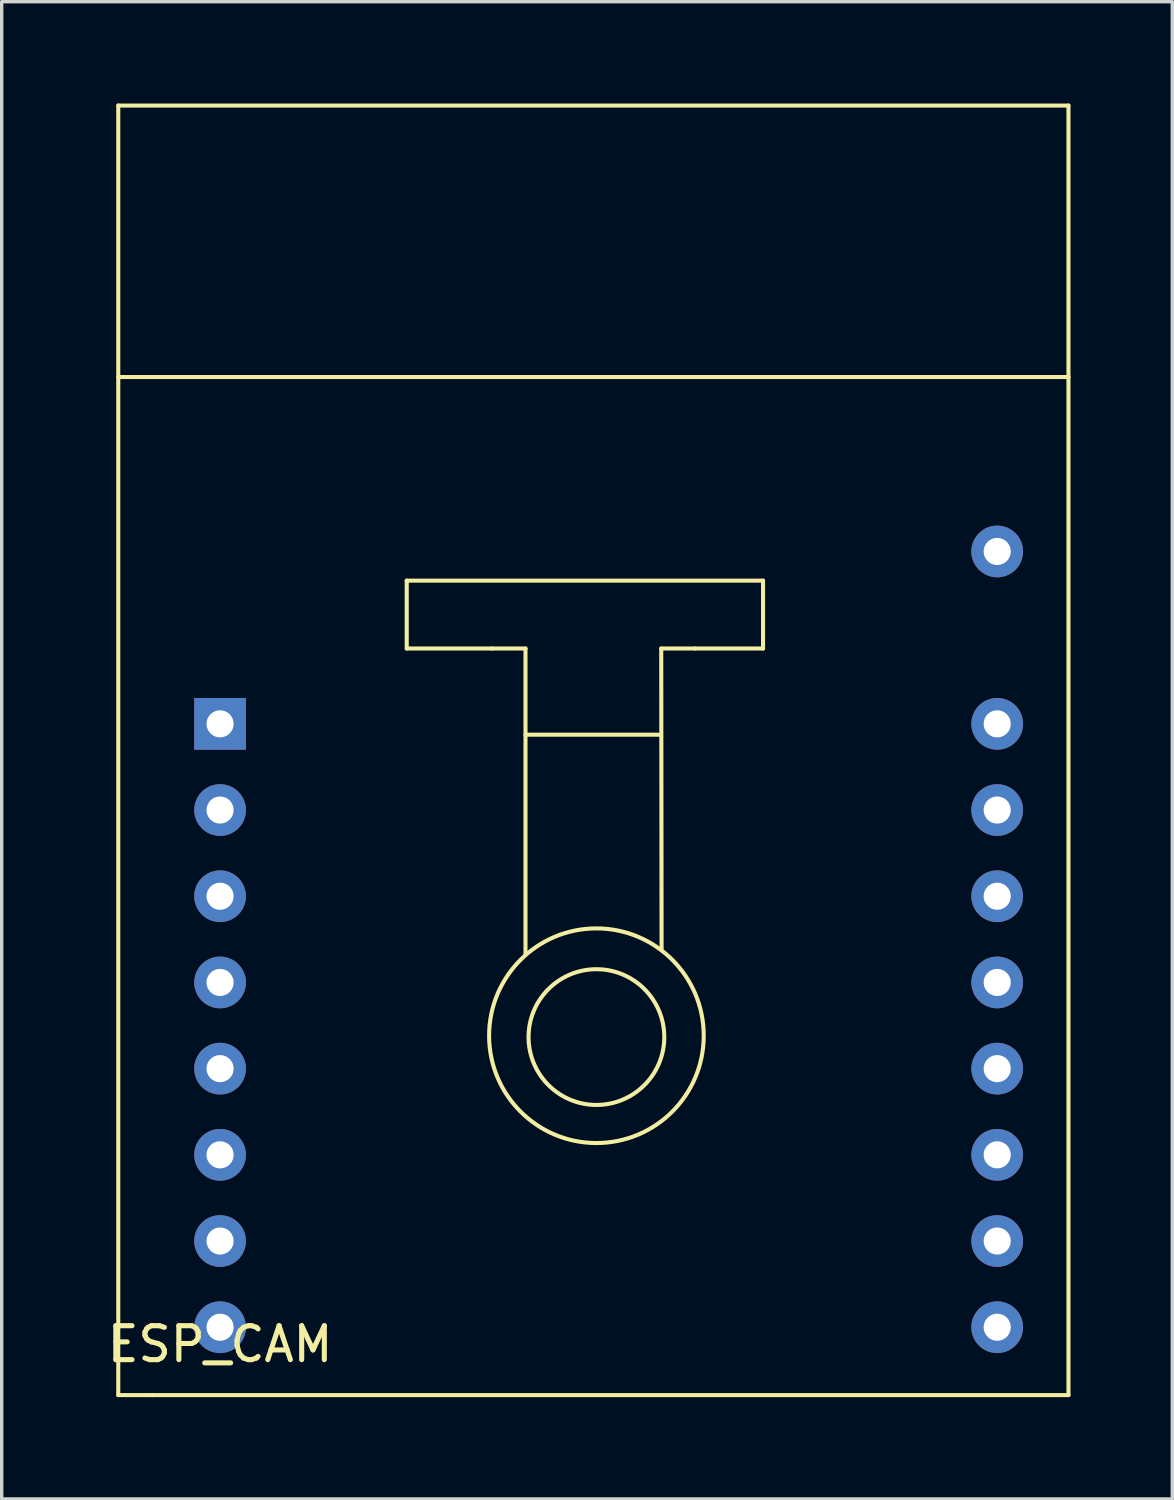
<source format=kicad_pcb>
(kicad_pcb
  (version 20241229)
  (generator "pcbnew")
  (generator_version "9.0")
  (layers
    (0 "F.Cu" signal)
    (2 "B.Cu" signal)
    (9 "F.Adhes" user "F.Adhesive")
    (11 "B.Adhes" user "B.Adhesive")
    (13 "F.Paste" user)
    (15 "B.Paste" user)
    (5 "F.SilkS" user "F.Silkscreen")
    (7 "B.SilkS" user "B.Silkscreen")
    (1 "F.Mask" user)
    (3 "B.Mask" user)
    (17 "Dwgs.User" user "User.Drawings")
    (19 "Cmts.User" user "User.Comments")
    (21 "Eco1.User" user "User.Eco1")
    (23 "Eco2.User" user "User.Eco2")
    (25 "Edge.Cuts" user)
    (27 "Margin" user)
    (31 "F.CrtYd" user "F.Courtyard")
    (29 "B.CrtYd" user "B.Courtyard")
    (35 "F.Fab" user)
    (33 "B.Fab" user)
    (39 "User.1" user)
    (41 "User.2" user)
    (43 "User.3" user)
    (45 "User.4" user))
  (footprint "ESP_CAM"
    (layer "F.Cu")
    (at 3.435 36.06)
    (property "Reference" "ESP_CAM" (at 0 0.5 0) (layer "F.SilkS") (effects (font (size 1 1) (thickness 0.15))))
    (attr through_hole)
    (fp_line (start -3 -36) (end -3 2) (stroke (width 0.12) (type solid)) (layer "F.SilkS"))
    (fp_line (start -3 -28) (end 25 -28) (stroke (width 0.12) (type solid)) (layer "F.SilkS"))
    (fp_line (start -3 2) (end -2 2) (stroke (width 0.12) (type solid)) (layer "F.SilkS"))
    (fp_line (start -2 2) (end 25 2) (stroke (width 0.12) (type solid)) (layer "F.SilkS"))
    (fp_line (start 5.5 -22) (end 5.5 -20) (stroke (width 0.12) (type solid)) (layer "F.SilkS"))
    (fp_line (start 5.5 -22) (end 16 -22) (stroke (width 0.12) (type solid)) (layer "F.SilkS"))
    (fp_line (start 5.5 -20) (end 8 -20) (stroke (width 0.12) (type solid)) (layer "F.SilkS"))
    (fp_line (start 8 -20) (end 9 -20) (stroke (width 0.12) (type solid)) (layer "F.SilkS"))
    (fp_line (start 9 -20) (end 9 -11) (stroke (width 0.12) (type solid)) (layer "F.SilkS"))
    (fp_line (start 9 -17.46) (end 12.99 -17.46) (stroke (width 0.12) (type solid)) (layer "F.SilkS"))
    (fp_line (start 13 -20) (end 13.01 -11.11) (stroke (width 0.12) (type solid)) (layer "F.SilkS"))
    (fp_line (start 14 -20) (end 13 -20) (stroke (width 0.12) (type solid)) (layer "F.SilkS"))
    (fp_line (start 16 -22) (end 16 -20) (stroke (width 0.12) (type solid)) (layer "F.SilkS"))
    (fp_line (start 16 -20) (end 14 -20) (stroke (width 0.12) (type solid)) (layer "F.SilkS"))
    (fp_line (start 25 -36) (end -3 -36) (stroke (width 0.12) (type solid)) (layer "F.SilkS"))
    (fp_line (start 25 2) (end 25 -36) (stroke (width 0.12) (type solid)) (layer "F.SilkS"))
    (fp_circle (center 11.09 -8.59) (end 14.09 -9.59) (stroke (width 0.12) (type solid)) (fill no) (layer "F.SilkS"))
    (fp_circle (center 11.09 -8.55) (end 11.09 -6.55) (stroke (width 0.12) (type solid)) (fill no) (layer "F.SilkS"))
    (pad "1" thru_hole rect (at 0 -17.78) (size 1.524 1.524) (drill 0.8) (layers "*.Cu" "*.Mask"))
    (pad "2" thru_hole circle (at 0 -15.24) (size 1.524 1.524) (drill 0.8) (layers "*.Cu" "*.Mask"))
    (pad "3" thru_hole circle (at 0 -12.7) (size 1.524 1.524) (drill 0.8) (layers "*.Cu" "*.Mask"))
    (pad "4" thru_hole circle (at 0 -10.16) (size 1.524 1.524) (drill 0.8) (layers "*.Cu" "*.Mask"))
    (pad "5" thru_hole circle (at 0 -7.62) (size 1.524 1.524) (drill 0.8) (layers "*.Cu" "*.Mask"))
    (pad "6" thru_hole circle (at 0 -5.08) (size 1.524 1.524) (drill 0.8) (layers "*.Cu" "*.Mask"))
    (pad "7" thru_hole circle (at 0 -2.54) (size 1.524 1.524) (drill 0.8) (layers "*.Cu" "*.Mask"))
    (pad "8" thru_hole circle (at 0 0) (size 1.524 1.524) (drill 0.8) (layers "*.Cu" "*.Mask"))
    (pad "9" thru_hole circle (at 22.9 0) (size 1.524 1.524) (drill 0.8) (layers "*.Cu" "*.Mask"))
    (pad "10" thru_hole circle (at 22.9 -2.54) (size 1.524 1.524) (drill 0.8) (layers "*.Cu" "*.Mask"))
    (pad "11" thru_hole circle (at 22.9 -5.08) (size 1.524 1.524) (drill 0.8) (layers "*.Cu" "*.Mask"))
    (pad "12" thru_hole circle (at 22.9 -7.62) (size 1.524 1.524) (drill 0.8) (layers "*.Cu" "*.Mask"))
    (pad "13" thru_hole circle (at 22.9 -10.16) (size 1.524 1.524) (drill 0.8) (layers "*.Cu" "*.Mask"))
    (pad "14" thru_hole circle (at 22.9 -12.7) (size 1.524 1.524) (drill 0.8) (layers "*.Cu" "*.Mask"))
    (pad "15" thru_hole circle (at 22.9 -15.24) (size 1.524 1.524) (drill 0.8) (layers "*.Cu" "*.Mask"))
    (pad "16" thru_hole circle (at 22.9 -17.78) (size 1.524 1.524) (drill 0.8) (layers "*.Cu" "*.Mask"))
    (pad "17" thru_hole circle (at 22.9 -22.86) (size 1.524 1.524) (drill 0.8) (layers "*.Cu" "*.Mask")))
  (gr_rect
    (start -3 -3)
    (end 31.495 41.12)
    (stroke (width 0.1) (type default))
    (fill no)
    (layer "Edge.Cuts")))
</source>
